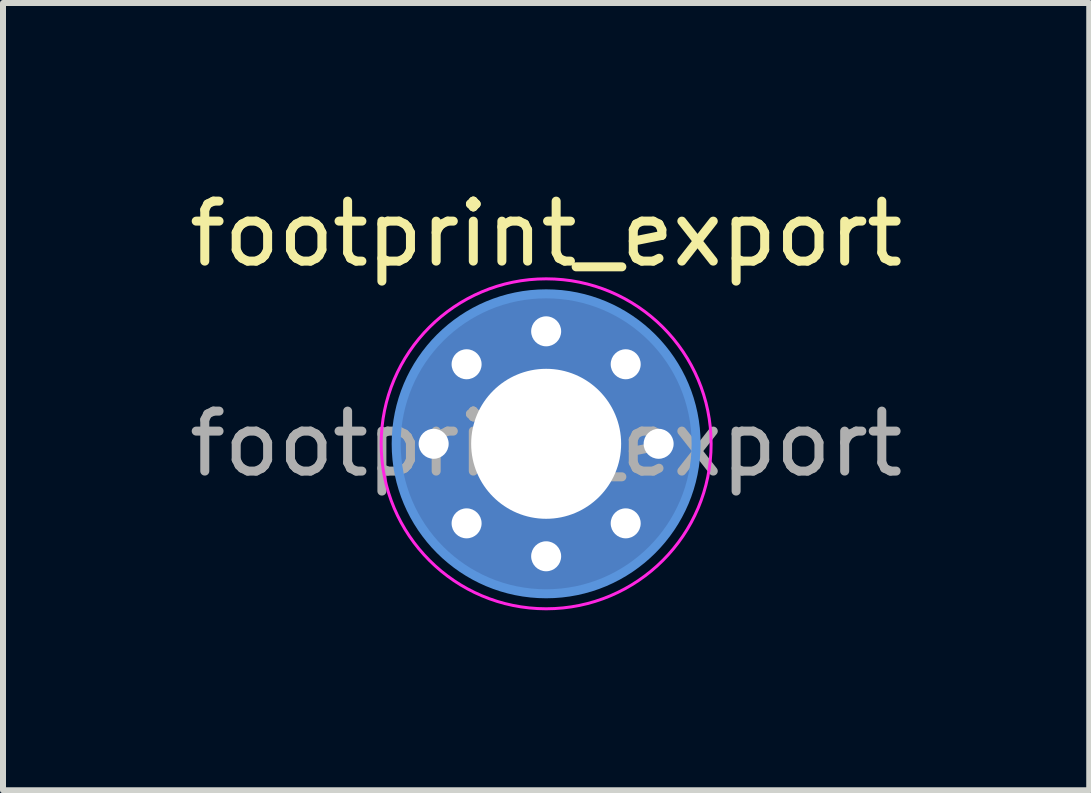
<source format=kicad_pcb>
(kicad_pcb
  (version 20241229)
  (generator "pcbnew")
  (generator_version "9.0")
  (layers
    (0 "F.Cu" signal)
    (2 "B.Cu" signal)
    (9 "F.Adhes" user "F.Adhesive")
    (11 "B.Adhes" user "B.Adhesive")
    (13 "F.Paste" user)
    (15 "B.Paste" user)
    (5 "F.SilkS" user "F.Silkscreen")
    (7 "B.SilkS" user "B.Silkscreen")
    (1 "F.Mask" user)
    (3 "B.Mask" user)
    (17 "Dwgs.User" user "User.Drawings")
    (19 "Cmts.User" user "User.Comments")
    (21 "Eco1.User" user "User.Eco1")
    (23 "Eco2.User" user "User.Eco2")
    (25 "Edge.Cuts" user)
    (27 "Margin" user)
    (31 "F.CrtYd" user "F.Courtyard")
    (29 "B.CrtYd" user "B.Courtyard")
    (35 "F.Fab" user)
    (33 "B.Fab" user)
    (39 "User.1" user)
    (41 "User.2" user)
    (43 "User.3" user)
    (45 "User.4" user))
  (footprint "footprint_export"
    (layer "F.Cu")
    (at 6.054 4.348)
    (property "Reference" "footprint_export" (at 0 -3.5 0) (layer "F.SilkS") (effects (font (size 1 1) (thickness 0.15))))
    (attr exclude_from_pos_files exclude_from_bom)
    (fp_circle (center 0 0) (end 2.5 0) (stroke (width 0.15) (type solid)) (fill no) (layer "Cmts.User"))
    (fp_circle (center 0 0) (end 2.75 0) (stroke (width 0.05) (type solid)) (fill no) (layer "F.CrtYd"))
    (fp_text user "${REFERENCE}" (at 0 0 0) (layer "F.Fab") (effects (font (size 1 1) (thickness 0.15))))
    (pad "1" thru_hole circle (at -1.875 0) (size 0.8 0.8) (drill 0.5) (layers "*.Cu" "*.Mask"))
    (pad "1" thru_hole circle (at -1.326 -1.326) (size 0.8 0.8) (drill 0.5) (layers "*.Cu" "*.Mask"))
    (pad "1" thru_hole circle (at -1.326 1.326) (size 0.8 0.8) (drill 0.5) (layers "*.Cu" "*.Mask"))
    (pad "1" thru_hole circle (at 0 -1.875) (size 0.8 0.8) (drill 0.5) (layers "*.Cu" "*.Mask"))
    (pad "1" thru_hole circle (at 0 0) (size 5 5) (drill 2.5) (layers "*.Cu" "*.Mask"))
    (pad "1" thru_hole circle (at 0 1.875) (size 0.8 0.8) (drill 0.5) (layers "*.Cu" "*.Mask"))
    (pad "1" thru_hole circle (at 1.326 -1.326) (size 0.8 0.8) (drill 0.5) (layers "*.Cu" "*.Mask"))
    (pad "1" thru_hole circle (at 1.326 1.326) (size 0.8 0.8) (drill 0.5) (layers "*.Cu" "*.Mask"))
    (pad "1" thru_hole circle (at 1.875 0) (size 0.8 0.8) (drill 0.5) (layers "*.Cu" "*.Mask")))
  (gr_rect
    (start -3 -3)
    (end 15.107 10.123)
    (stroke (width 0.1) (type default))
    (fill no)
    (layer "Edge.Cuts")))
</source>
